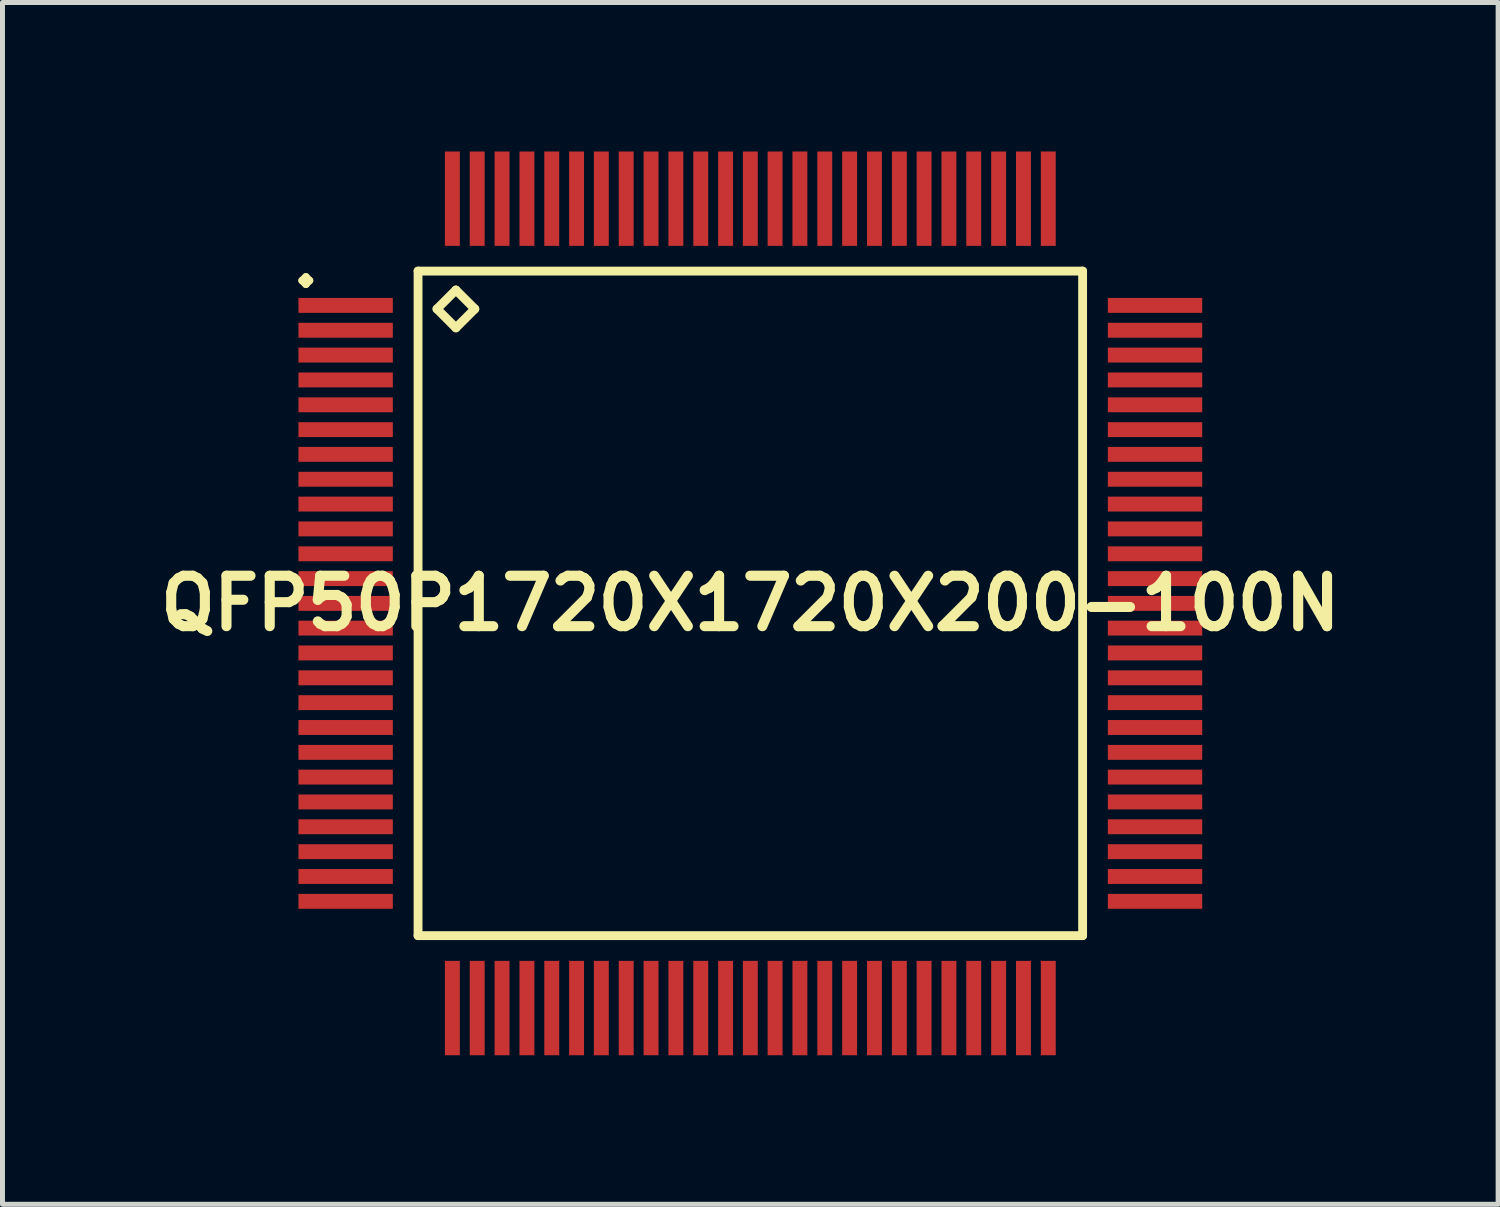
<source format=kicad_pcb>
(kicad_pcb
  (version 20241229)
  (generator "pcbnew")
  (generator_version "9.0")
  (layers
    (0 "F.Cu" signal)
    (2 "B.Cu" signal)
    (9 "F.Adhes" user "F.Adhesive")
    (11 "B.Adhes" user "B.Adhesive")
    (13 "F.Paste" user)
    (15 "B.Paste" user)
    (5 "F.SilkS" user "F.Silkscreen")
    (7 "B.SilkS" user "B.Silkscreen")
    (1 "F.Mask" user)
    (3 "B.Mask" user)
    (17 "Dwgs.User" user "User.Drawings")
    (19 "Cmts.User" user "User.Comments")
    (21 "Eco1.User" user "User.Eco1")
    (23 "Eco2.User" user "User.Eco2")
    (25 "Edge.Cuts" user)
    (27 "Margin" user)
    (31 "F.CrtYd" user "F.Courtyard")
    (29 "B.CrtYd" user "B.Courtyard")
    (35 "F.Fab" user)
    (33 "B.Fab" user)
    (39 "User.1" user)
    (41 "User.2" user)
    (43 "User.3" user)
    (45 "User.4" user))
  (footprint "QFP50P1720X1720X200-100N"
    (layer "F.Cu")
    (at 12.057 9.098)
    (property "Reference" "QFP50P1720X1720X200-100N" (at 0 0 0) (layer "F.SilkS") (effects (font (size 1.016 1.016) (thickness 0.203))))
    (attr smd)
    (fp_line (start -9.025 -6.5) (end -8.948 -6.574) (stroke (width 0.15) (type solid)) (layer "F.SilkS"))
    (fp_line (start -8.948 -6.574) (end -8.875 -6.5) (stroke (width 0.15) (type solid)) (layer "F.SilkS"))
    (fp_line (start -8.948 -6.424) (end -9.025 -6.5) (stroke (width 0.15) (type solid)) (layer "F.SilkS"))
    (fp_line (start -8.875 -6.5) (end -8.948 -6.424) (stroke (width 0.15) (type solid)) (layer "F.SilkS"))
    (fp_line (start -6.69 -6.69) (end -6.69 6.69) (stroke (width 0.178) (type solid)) (layer "F.SilkS"))
    (fp_line (start -6.69 6.69) (end 6.69 6.69) (stroke (width 0.178) (type solid)) (layer "F.SilkS"))
    (fp_line (start -6.309 -5.928) (end -5.928 -6.309) (stroke (width 0.178) (type solid)) (layer "F.SilkS"))
    (fp_line (start -5.928 -6.309) (end -5.547 -5.928) (stroke (width 0.178) (type solid)) (layer "F.SilkS"))
    (fp_line (start -5.928 -5.547) (end -6.309 -5.928) (stroke (width 0.178) (type solid)) (layer "F.SilkS"))
    (fp_line (start -5.547 -5.928) (end -5.928 -5.547) (stroke (width 0.178) (type solid)) (layer "F.SilkS"))
    (fp_line (start 6.69 -6.69) (end -6.69 -6.69) (stroke (width 0.178) (type solid)) (layer "F.SilkS"))
    (fp_line (start 6.69 6.69) (end 6.69 -6.69) (stroke (width 0.178) (type solid)) (layer "F.SilkS"))
    (pad "1" smd rect (at -8.148 -5.999) (size 1.9 0.3) (layers "F.Cu" "F.Mask" "F.Paste"))
    (pad "2" smd rect (at -8.148 -5.499) (size 1.9 0.3) (layers "F.Cu" "F.Mask" "F.Paste"))
    (pad "3" smd rect (at -8.148 -4.999) (size 1.9 0.3) (layers "F.Cu" "F.Mask" "F.Paste"))
    (pad "4" smd rect (at -8.148 -4.498) (size 1.9 0.3) (layers "F.Cu" "F.Mask" "F.Paste"))
    (pad "5" smd rect (at -8.148 -3.998) (size 1.9 0.3) (layers "F.Cu" "F.Mask" "F.Paste"))
    (pad "6" smd rect (at -8.148 -3.498) (size 1.9 0.3) (layers "F.Cu" "F.Mask" "F.Paste"))
    (pad "7" smd rect (at -8.148 -3) (size 1.9 0.3) (layers "F.Cu" "F.Mask" "F.Paste"))
    (pad "8" smd rect (at -8.148 -2.499) (size 1.9 0.3) (layers "F.Cu" "F.Mask" "F.Paste"))
    (pad "9" smd rect (at -8.148 -1.999) (size 1.9 0.3) (layers "F.Cu" "F.Mask" "F.Paste"))
    (pad "10" smd rect (at -8.148 -1.499) (size 1.9 0.3) (layers "F.Cu" "F.Mask" "F.Paste"))
    (pad "11" smd rect (at -8.148 -0.998) (size 1.9 0.3) (layers "F.Cu" "F.Mask" "F.Paste"))
    (pad "12" smd rect (at -8.148 -0.498) (size 1.9 0.3) (layers "F.Cu" "F.Mask" "F.Paste"))
    (pad "13" smd rect (at -8.148 0) (size 1.9 0.3) (layers "F.Cu" "F.Mask" "F.Paste"))
    (pad "14" smd rect (at -8.148 0.498) (size 1.9 0.3) (layers "F.Cu" "F.Mask" "F.Paste"))
    (pad "15" smd rect (at -8.148 0.998) (size 1.9 0.3) (layers "F.Cu" "F.Mask" "F.Paste"))
    (pad "16" smd rect (at -8.148 1.499) (size 1.9 0.3) (layers "F.Cu" "F.Mask" "F.Paste"))
    (pad "17" smd rect (at -8.148 1.999) (size 1.9 0.3) (layers "F.Cu" "F.Mask" "F.Paste"))
    (pad "18" smd rect (at -8.148 2.499) (size 1.9 0.3) (layers "F.Cu" "F.Mask" "F.Paste"))
    (pad "19" smd rect (at -8.148 3) (size 1.9 0.3) (layers "F.Cu" "F.Mask" "F.Paste"))
    (pad "20" smd rect (at -8.148 3.498) (size 1.9 0.3) (layers "F.Cu" "F.Mask" "F.Paste"))
    (pad "21" smd rect (at -8.148 3.998) (size 1.9 0.3) (layers "F.Cu" "F.Mask" "F.Paste"))
    (pad "22" smd rect (at -8.148 4.498) (size 1.9 0.3) (layers "F.Cu" "F.Mask" "F.Paste"))
    (pad "23" smd rect (at -8.148 4.999) (size 1.9 0.3) (layers "F.Cu" "F.Mask" "F.Paste"))
    (pad "24" smd rect (at -8.148 5.499) (size 1.9 0.3) (layers "F.Cu" "F.Mask" "F.Paste"))
    (pad "25" smd rect (at -8.148 5.999) (size 1.9 0.3) (layers "F.Cu" "F.Mask" "F.Paste"))
    (pad "26" smd rect (at -5.999 8.148) (size 0.3 1.9) (layers "F.Cu" "F.Mask" "F.Paste"))
    (pad "27" smd rect (at -5.499 8.148) (size 0.3 1.9) (layers "F.Cu" "F.Mask" "F.Paste"))
    (pad "28" smd rect (at -4.999 8.148) (size 0.3 1.9) (layers "F.Cu" "F.Mask" "F.Paste"))
    (pad "29" smd rect (at -4.498 8.148) (size 0.3 1.9) (layers "F.Cu" "F.Mask" "F.Paste"))
    (pad "30" smd rect (at -3.998 8.148) (size 0.3 1.9) (layers "F.Cu" "F.Mask" "F.Paste"))
    (pad "31" smd rect (at -3.498 8.148) (size 0.3 1.9) (layers "F.Cu" "F.Mask" "F.Paste"))
    (pad "32" smd rect (at -3 8.148) (size 0.3 1.9) (layers "F.Cu" "F.Mask" "F.Paste"))
    (pad "33" smd rect (at -2.499 8.148) (size 0.3 1.9) (layers "F.Cu" "F.Mask" "F.Paste"))
    (pad "34" smd rect (at -1.999 8.148) (size 0.3 1.9) (layers "F.Cu" "F.Mask" "F.Paste"))
    (pad "35" smd rect (at -1.499 8.148) (size 0.3 1.9) (layers "F.Cu" "F.Mask" "F.Paste"))
    (pad "36" smd rect (at -0.998 8.148) (size 0.3 1.9) (layers "F.Cu" "F.Mask" "F.Paste"))
    (pad "37" smd rect (at -0.498 8.148) (size 0.3 1.9) (layers "F.Cu" "F.Mask" "F.Paste"))
    (pad "38" smd rect (at 0 8.148) (size 0.3 1.9) (layers "F.Cu" "F.Mask" "F.Paste"))
    (pad "39" smd rect (at 0.498 8.148) (size 0.3 1.9) (layers "F.Cu" "F.Mask" "F.Paste"))
    (pad "40" smd rect (at 0.998 8.148) (size 0.3 1.9) (layers "F.Cu" "F.Mask" "F.Paste"))
    (pad "41" smd rect (at 1.499 8.148) (size 0.3 1.9) (layers "F.Cu" "F.Mask" "F.Paste"))
    (pad "42" smd rect (at 1.999 8.148) (size 0.3 1.9) (layers "F.Cu" "F.Mask" "F.Paste"))
    (pad "43" smd rect (at 2.499 8.148) (size 0.3 1.9) (layers "F.Cu" "F.Mask" "F.Paste"))
    (pad "44" smd rect (at 3 8.148) (size 0.3 1.9) (layers "F.Cu" "F.Mask" "F.Paste"))
    (pad "45" smd rect (at 3.498 8.148) (size 0.3 1.9) (layers "F.Cu" "F.Mask" "F.Paste"))
    (pad "46" smd rect (at 3.998 8.148) (size 0.3 1.9) (layers "F.Cu" "F.Mask" "F.Paste"))
    (pad "47" smd rect (at 4.498 8.148) (size 0.3 1.9) (layers "F.Cu" "F.Mask" "F.Paste"))
    (pad "48" smd rect (at 4.999 8.148) (size 0.3 1.9) (layers "F.Cu" "F.Mask" "F.Paste"))
    (pad "49" smd rect (at 5.499 8.148) (size 0.3 1.9) (layers "F.Cu" "F.Mask" "F.Paste"))
    (pad "50" smd rect (at 5.999 8.148) (size 0.3 1.9) (layers "F.Cu" "F.Mask" "F.Paste"))
    (pad "51" smd rect (at 8.148 5.999) (size 1.9 0.3) (layers "F.Cu" "F.Mask" "F.Paste"))
    (pad "52" smd rect (at 8.148 5.499) (size 1.9 0.3) (layers "F.Cu" "F.Mask" "F.Paste"))
    (pad "53" smd rect (at 8.148 4.999) (size 1.9 0.3) (layers "F.Cu" "F.Mask" "F.Paste"))
    (pad "54" smd rect (at 8.148 4.498) (size 1.9 0.3) (layers "F.Cu" "F.Mask" "F.Paste"))
    (pad "55" smd rect (at 8.148 3.998) (size 1.9 0.3) (layers "F.Cu" "F.Mask" "F.Paste"))
    (pad "56" smd rect (at 8.148 3.498) (size 1.9 0.3) (layers "F.Cu" "F.Mask" "F.Paste"))
    (pad "57" smd rect (at 8.148 3) (size 1.9 0.3) (layers "F.Cu" "F.Mask" "F.Paste"))
    (pad "58" smd rect (at 8.148 2.499) (size 1.9 0.3) (layers "F.Cu" "F.Mask" "F.Paste"))
    (pad "59" smd rect (at 8.148 1.999) (size 1.9 0.3) (layers "F.Cu" "F.Mask" "F.Paste"))
    (pad "60" smd rect (at 8.148 1.499) (size 1.9 0.3) (layers "F.Cu" "F.Mask" "F.Paste"))
    (pad "61" smd rect (at 8.148 0.998) (size 1.9 0.3) (layers "F.Cu" "F.Mask" "F.Paste"))
    (pad "62" smd rect (at 8.148 0.498) (size 1.9 0.3) (layers "F.Cu" "F.Mask" "F.Paste"))
    (pad "63" smd rect (at 8.148 0) (size 1.9 0.3) (layers "F.Cu" "F.Mask" "F.Paste"))
    (pad "64" smd rect (at 8.148 -0.498) (size 1.9 0.3) (layers "F.Cu" "F.Mask" "F.Paste"))
    (pad "65" smd rect (at 8.148 -0.998) (size 1.9 0.3) (layers "F.Cu" "F.Mask" "F.Paste"))
    (pad "66" smd rect (at 8.148 -1.499) (size 1.9 0.3) (layers "F.Cu" "F.Mask" "F.Paste"))
    (pad "67" smd rect (at 8.148 -1.999) (size 1.9 0.3) (layers "F.Cu" "F.Mask" "F.Paste"))
    (pad "68" smd rect (at 8.148 -2.499) (size 1.9 0.3) (layers "F.Cu" "F.Mask" "F.Paste"))
    (pad "69" smd rect (at 8.148 -3) (size 1.9 0.3) (layers "F.Cu" "F.Mask" "F.Paste"))
    (pad "70" smd rect (at 8.148 -3.498) (size 1.9 0.3) (layers "F.Cu" "F.Mask" "F.Paste"))
    (pad "71" smd rect (at 8.148 -3.998) (size 1.9 0.3) (layers "F.Cu" "F.Mask" "F.Paste"))
    (pad "72" smd rect (at 8.148 -4.498) (size 1.9 0.3) (layers "F.Cu" "F.Mask" "F.Paste"))
    (pad "73" smd rect (at 8.148 -4.999) (size 1.9 0.3) (layers "F.Cu" "F.Mask" "F.Paste"))
    (pad "74" smd rect (at 8.148 -5.499) (size 1.9 0.3) (layers "F.Cu" "F.Mask" "F.Paste"))
    (pad "75" smd rect (at 8.148 -5.999) (size 1.9 0.3) (layers "F.Cu" "F.Mask" "F.Paste"))
    (pad "76" smd rect (at 5.999 -8.148) (size 0.3 1.9) (layers "F.Cu" "F.Mask" "F.Paste"))
    (pad "77" smd rect (at 5.499 -8.148) (size 0.3 1.9) (layers "F.Cu" "F.Mask" "F.Paste"))
    (pad "78" smd rect (at 4.999 -8.148) (size 0.3 1.9) (layers "F.Cu" "F.Mask" "F.Paste"))
    (pad "79" smd rect (at 4.498 -8.148) (size 0.3 1.9) (layers "F.Cu" "F.Mask" "F.Paste"))
    (pad "80" smd rect (at 3.998 -8.148) (size 0.3 1.9) (layers "F.Cu" "F.Mask" "F.Paste"))
    (pad "81" smd rect (at 3.498 -8.148) (size 0.3 1.9) (layers "F.Cu" "F.Mask" "F.Paste"))
    (pad "82" smd rect (at 3 -8.148) (size 0.3 1.9) (layers "F.Cu" "F.Mask" "F.Paste"))
    (pad "83" smd rect (at 2.499 -8.148) (size 0.3 1.9) (layers "F.Cu" "F.Mask" "F.Paste"))
    (pad "84" smd rect (at 1.999 -8.148) (size 0.3 1.9) (layers "F.Cu" "F.Mask" "F.Paste"))
    (pad "85" smd rect (at 1.499 -8.148) (size 0.3 1.9) (layers "F.Cu" "F.Mask" "F.Paste"))
    (pad "86" smd rect (at 0.998 -8.148) (size 0.3 1.9) (layers "F.Cu" "F.Mask" "F.Paste"))
    (pad "87" smd rect (at 0.498 -8.148) (size 0.3 1.9) (layers "F.Cu" "F.Mask" "F.Paste"))
    (pad "88" smd rect (at 0 -8.148) (size 0.3 1.9) (layers "F.Cu" "F.Mask" "F.Paste"))
    (pad "89" smd rect (at -0.498 -8.148) (size 0.3 1.9) (layers "F.Cu" "F.Mask" "F.Paste"))
    (pad "90" smd rect (at -0.998 -8.148) (size 0.3 1.9) (layers "F.Cu" "F.Mask" "F.Paste"))
    (pad "91" smd rect (at -1.499 -8.148) (size 0.3 1.9) (layers "F.Cu" "F.Mask" "F.Paste"))
    (pad "92" smd rect (at -1.999 -8.148) (size 0.3 1.9) (layers "F.Cu" "F.Mask" "F.Paste"))
    (pad "93" smd rect (at -2.499 -8.148) (size 0.3 1.9) (layers "F.Cu" "F.Mask" "F.Paste"))
    (pad "94" smd rect (at -3 -8.148) (size 0.3 1.9) (layers "F.Cu" "F.Mask" "F.Paste"))
    (pad "95" smd rect (at -3.498 -8.148) (size 0.3 1.9) (layers "F.Cu" "F.Mask" "F.Paste"))
    (pad "96" smd rect (at -3.998 -8.148) (size 0.3 1.9) (layers "F.Cu" "F.Mask" "F.Paste"))
    (pad "97" smd rect (at -4.498 -8.148) (size 0.3 1.9) (layers "F.Cu" "F.Mask" "F.Paste"))
    (pad "98" smd rect (at -4.999 -8.148) (size 0.3 1.9) (layers "F.Cu" "F.Mask" "F.Paste"))
    (pad "99" smd rect (at -5.499 -8.148) (size 0.3 1.9) (layers "F.Cu" "F.Mask" "F.Paste"))
    (pad "100" smd rect (at -5.999 -8.148) (size 0.3 1.9) (layers "F.Cu" "F.Mask" "F.Paste")))
  (gr_rect
    (start -3 -3)
    (end 27.113 21.197)
    (stroke (width 0.1) (type default))
    (fill no)
    (layer "Edge.Cuts")))
</source>
